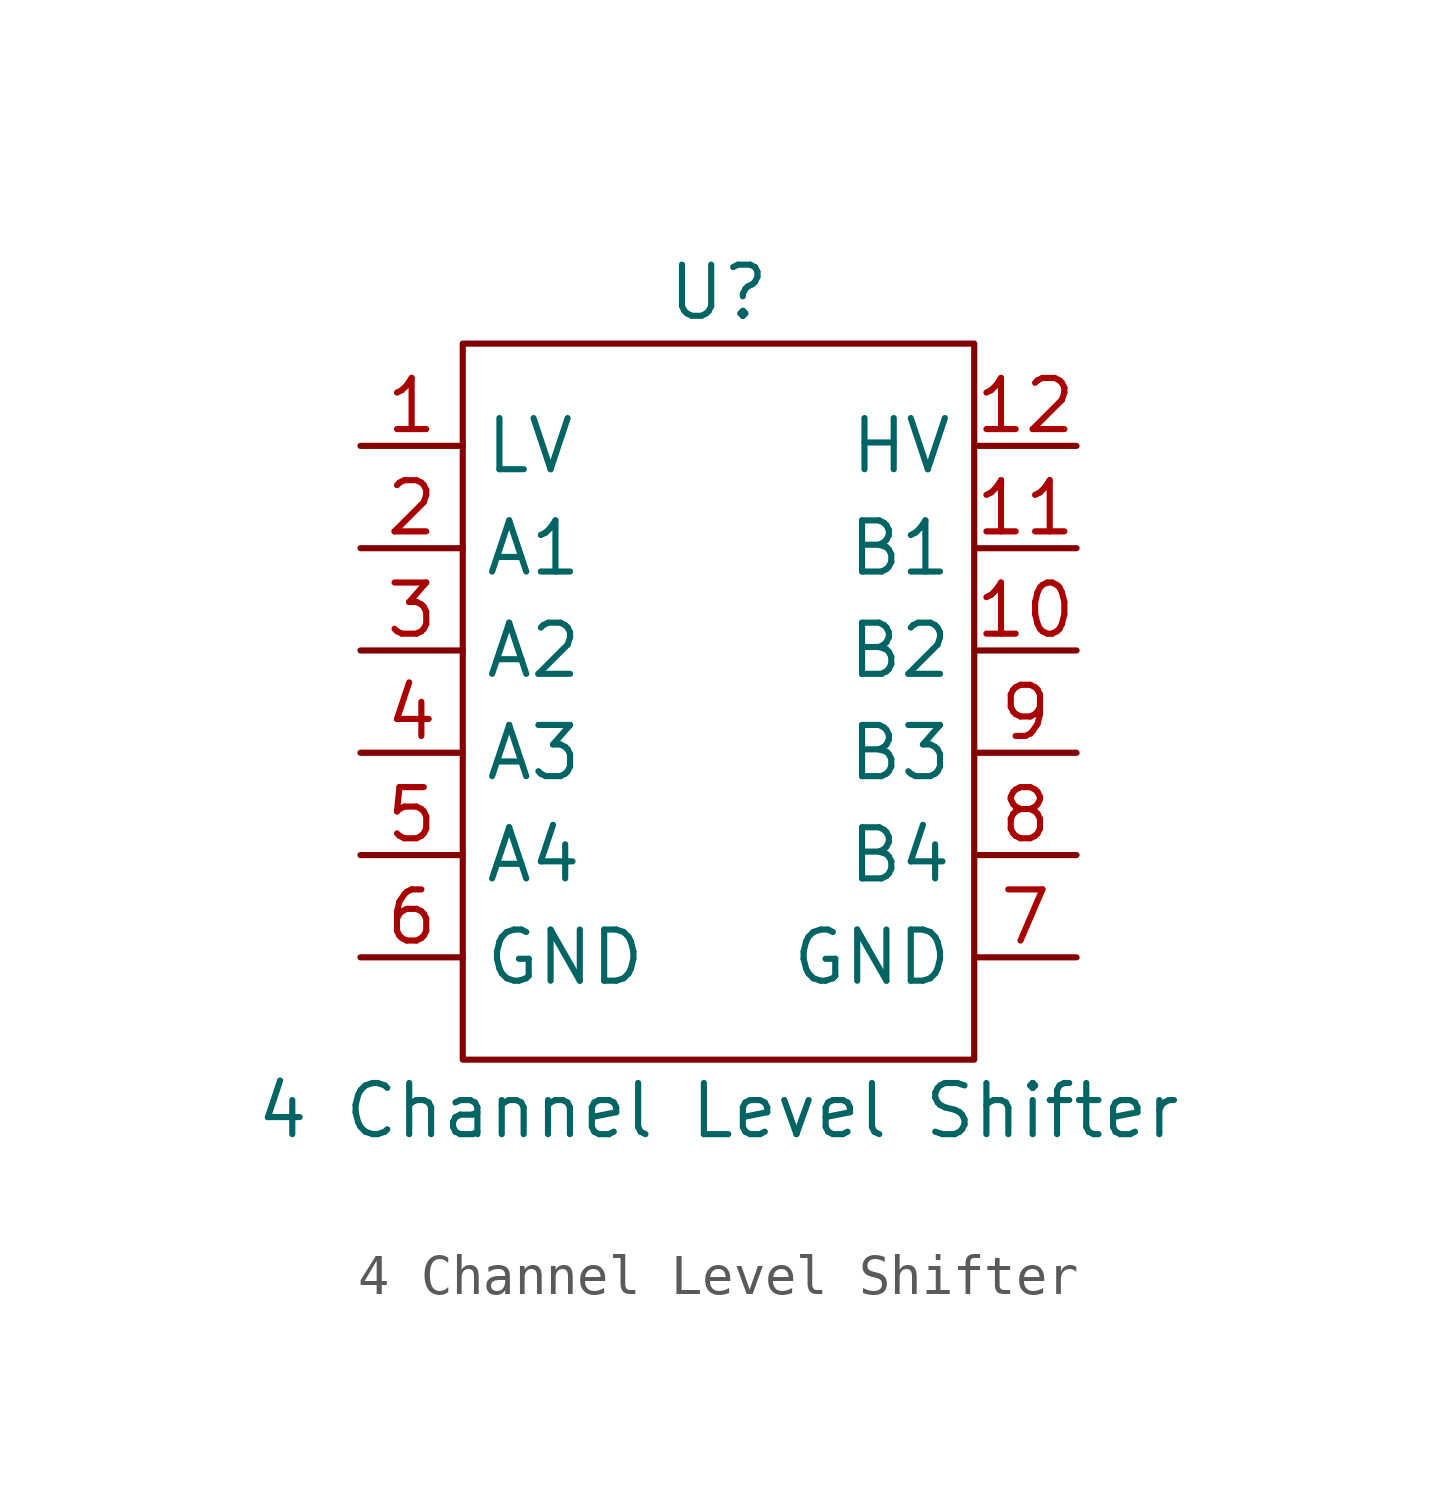
<source format=kicad_sym>
(kicad_symbol_lib
  (version 20211014)
  (generator kicad_symbol_editor)
  (symbol "4 Channel Level Shifter"
    (property "Reference" "U"
      (at -2.54 0 0)
      (effects (font (size 1.27 1.27))))
    (property "Value" "4 Channel Level Shifter"
      (at -2.54 -20.32 0)
      (effects (font (size 1.27 1.27))))
    (symbol "4 Channel Level Shifter_0_1"
      (rectangle (start -8.89 -1.27) (end 3.81 -19.05) (stroke (width 0) (type default) (color 0 0 0 0)) (fill (type none))))
    (symbol "4 Channel Level Shifter_1_1"
      (pin power_in line (at -11.43 -3.81 0) (length 2.54) (name "LV" (effects (font (size 1.27 1.27)))) (number "1" (effects (font (size 1.27 1.27)))))
      (pin bidirectional line (at 6.35 -8.89 180) (length 2.54) (name "B2" (effects (font (size 1.27 1.27)))) (number "10" (effects (font (size 1.27 1.27)))))
      (pin bidirectional line (at 6.35 -6.35 180) (length 2.54) (name "B1" (effects (font (size 1.27 1.27)))) (number "11" (effects (font (size 1.27 1.27)))))
      (pin power_in line (at 6.35 -3.81 180) (length 2.54) (name "HV" (effects (font (size 1.27 1.27)))) (number "12" (effects (font (size 1.27 1.27)))))
      (pin bidirectional line (at -11.43 -6.35 0) (length 2.54) (name "A1" (effects (font (size 1.27 1.27)))) (number "2" (effects (font (size 1.27 1.27)))))
      (pin bidirectional line (at -11.43 -8.89 0) (length 2.54) (name "A2" (effects (font (size 1.27 1.27)))) (number "3" (effects (font (size 1.27 1.27)))))
      (pin bidirectional line (at -11.43 -11.43 0) (length 2.54) (name "A3" (effects (font (size 1.27 1.27)))) (number "4" (effects (font (size 1.27 1.27)))))
      (pin bidirectional line (at -11.43 -13.97 0) (length 2.54) (name "A4" (effects (font (size 1.27 1.27)))) (number "5" (effects (font (size 1.27 1.27)))))
      (pin power_in line (at -11.43 -16.51 0) (length 2.54) (name "GND" (effects (font (size 1.27 1.27)))) (number "6" (effects (font (size 1.27 1.27)))))
      (pin power_in line (at 6.35 -16.51 180) (length 2.54) (name "GND" (effects (font (size 1.27 1.27)))) (number "7" (effects (font (size 1.27 1.27)))))
      (pin bidirectional line (at 6.35 -13.97 180) (length 2.54) (name "B4" (effects (font (size 1.27 1.27)))) (number "8" (effects (font (size 1.27 1.27)))))
      (pin bidirectional line (at 6.35 -11.43 180) (length 2.54) (name "B3" (effects (font (size 1.27 1.27)))) (number "9" (effects (font (size 1.27 1.27))))))))
</source>
